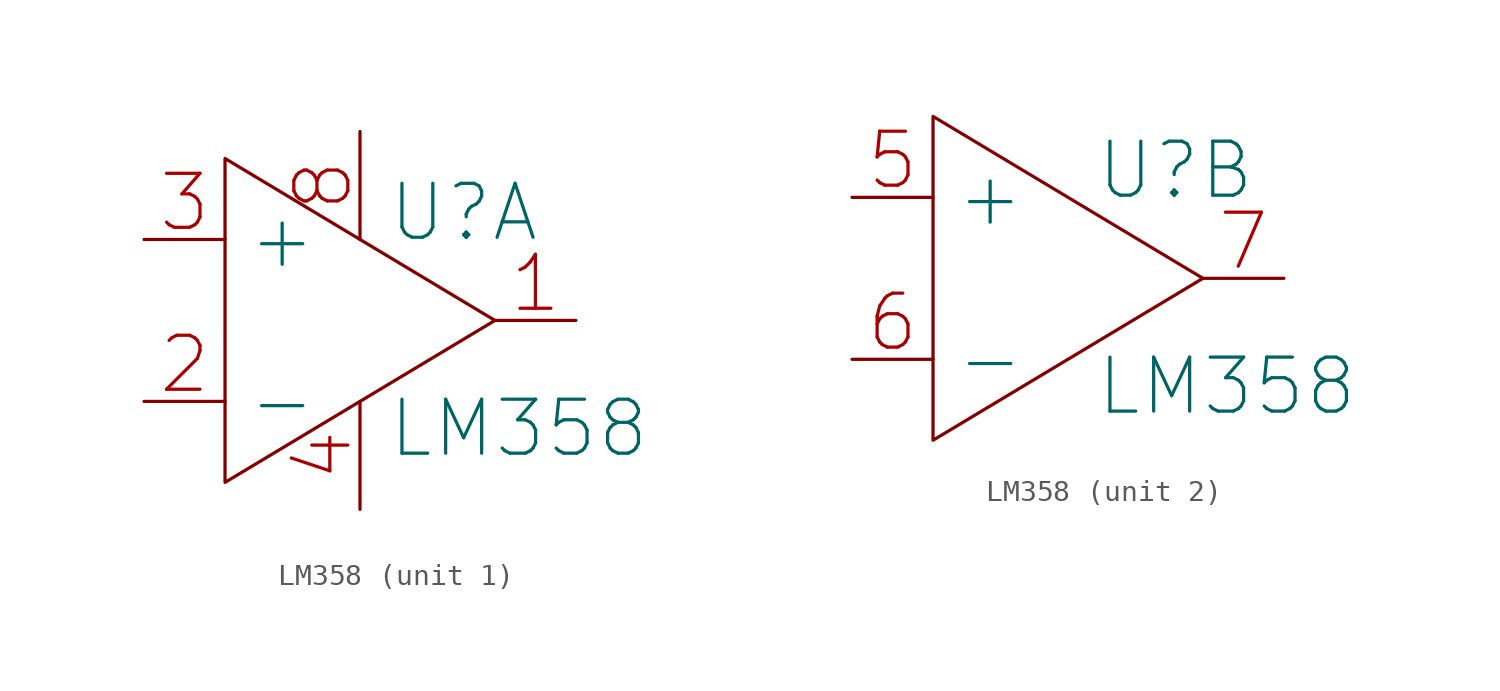
<source format=kicad_sym>
(kicad_symbol_lib
  (version 20211014)
  (generator kicad_symbol_editor)
  (symbol "LM358"
    (pin_names
      (offset 1.016))
    (property "Reference" "U"
      (at 11.43 1.27 0)
      (effects (font (size 2.54 2.54)) (justify left)))
    (property "Value" "LM358"
      (at 11.43 -8.89 0)
      (effects (font (size 2.54 2.54)) (justify left)))
    (symbol "LM358_0_1"
      (polyline (pts (xy 16.51 -3.81) (xy 3.81 3.81) (xy 3.81 -11.43) (xy 16.51 -3.81)) (stroke (width 0) (type default) (color 0 0 0 0)) (fill (type none))))
    (symbol "LM358_1_1"
      (pin input line (at 20.32 -3.81 180) (length 3.81) (name "~" (effects (font (size 2.54 2.54)))) (number "1" (effects (font (size 2.54 2.54)))))
      (pin input line (at 0 -7.62 0) (length 3.81) (name "-" (effects (font (size 2.54 2.54)))) (number "2" (effects (font (size 2.54 2.54)))))
      (pin input line (at 0 0 0) (length 3.81) (name "+" (effects (font (size 2.54 2.54)))) (number "3" (effects (font (size 2.54 2.54)))))
      (pin input line (at 10.16 -12.7 90) (length 5.08) (name "~" (effects (font (size 2.54 2.54)))) (number "4" (effects (font (size 2.54 2.54)))))
      (pin input line (at 10.16 5.08 270) (length 5.08) (name "~" (effects (font (size 2.54 2.54)))) (number "8" (effects (font (size 2.54 2.54))))))
    (symbol "LM358_2_1"
      (pin input line (at 0 0 0) (length 3.81) (name "+" (effects (font (size 2.54 2.54)))) (number "5" (effects (font (size 2.54 2.54)))))
      (pin input line (at 0 -7.62 0) (length 3.81) (name "-" (effects (font (size 2.54 2.54)))) (number "6" (effects (font (size 2.54 2.54)))))
      (pin input line (at 20.32 -3.81 180) (length 3.81) (name "~" (effects (font (size 2.54 2.54)))) (number "7" (effects (font (size 2.54 2.54))))))))
</source>
